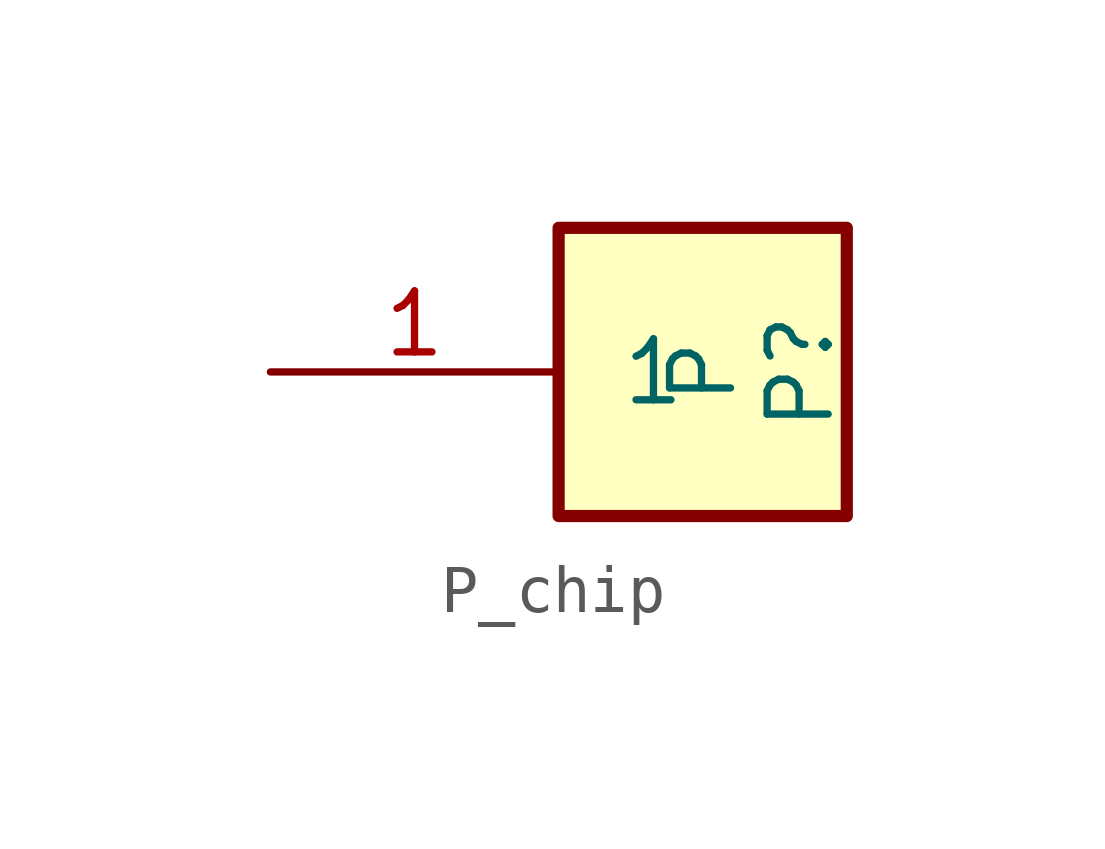
<source format=kicad_sym>
(kicad_symbol_lib
  (version 20211014)
  (generator circuit-json-to-kicad)
  (symbol "P_chip"
    (pin_numbers
      (hide no))
    (pin_names
      (offset 1.27))
    (property "Reference" "P"
      (at 2.032 0 90)
      (effects (font (size 1.27 1.27))))
    (property "Value" "P"
      (at 0 0 90)
      (effects (font (size 1.27 1.27))))
    (symbol "P_chip_0_1"
      (polyline (pts (xy -3 -3) (xy 3 -3) (xy 3 3) (xy -3 3) (xy -3 -3)) (stroke (width 0.254) (type default)) (fill (type background))))
    (symbol "P_chip_1_1"
      (pin passive line (at -9 0 0) (length 6) (name "1" (effects (font (size 1.27 1.27)))) (number "1" (effects (font (size 1.27 1.27))))))))
</source>
